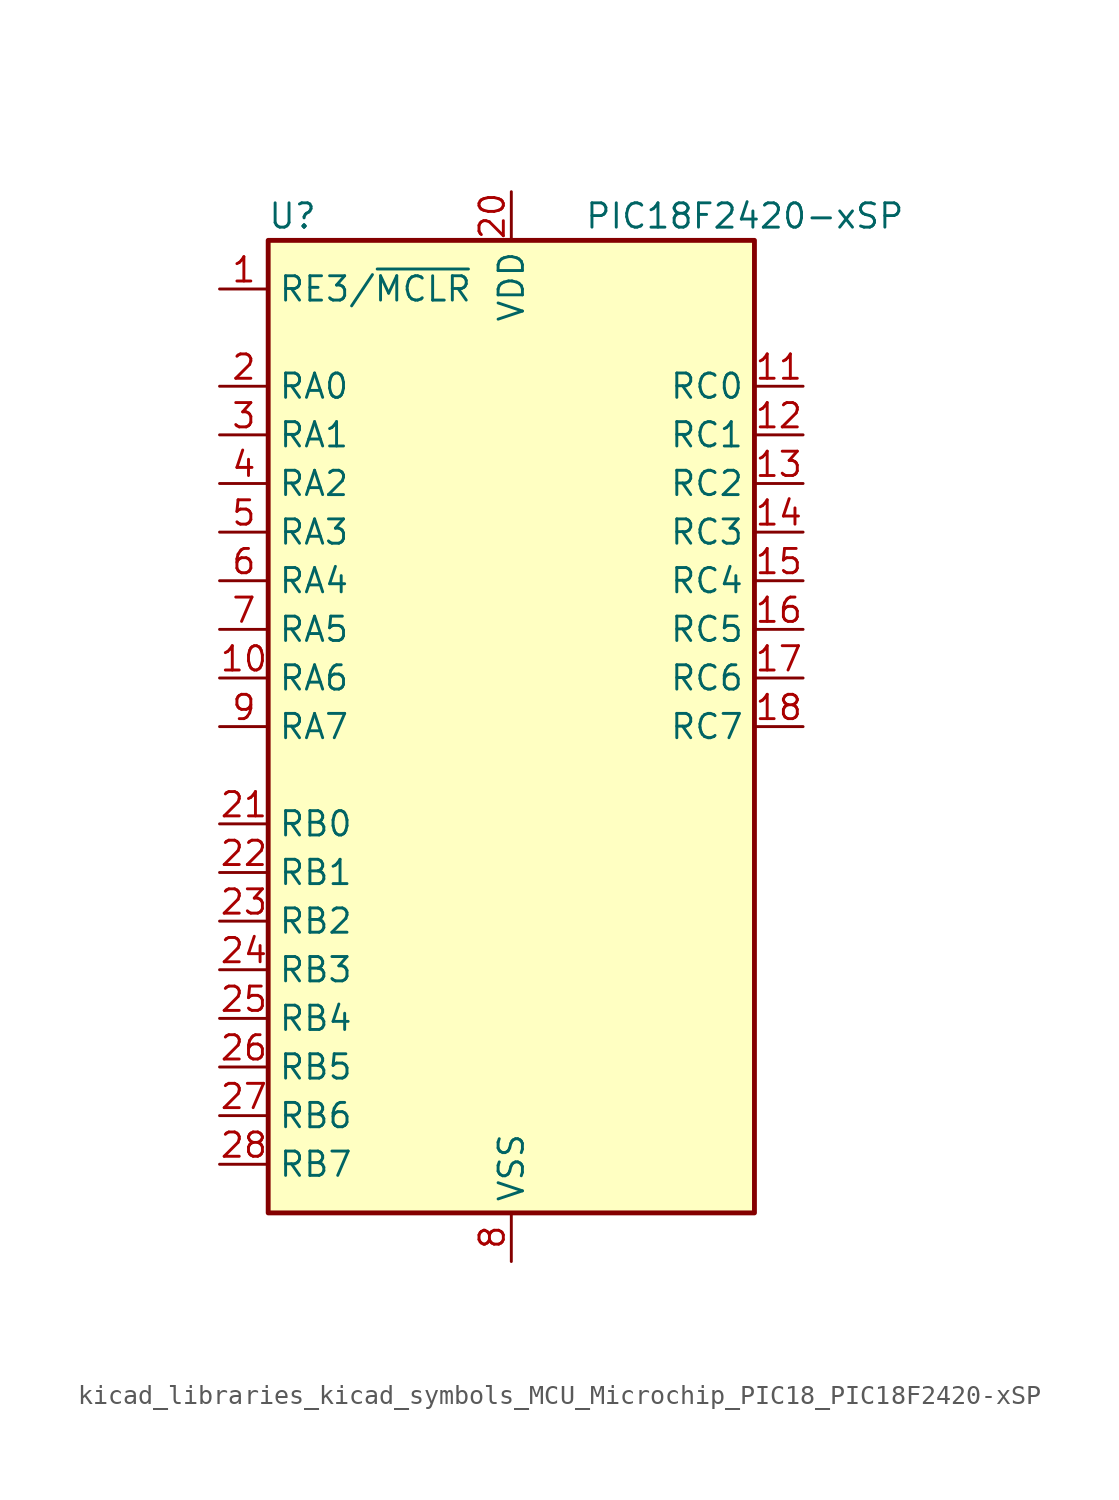
<source format=kicad_sym>
(kicad_symbol_lib
  (version 20220914)
  (generator kicad_symbol_editor)
  (symbol "kicad_libraries_kicad_symbols_MCU_Microchip_PIC18_PIC18F2420-xSP"
    (property "Reference" "U"
      (at -11.43 26.67 0)
      (effects (font (size 1.27 1.27))))
    (property "Value" "PIC18F2420-xSP"
      (at 3.81 26.67 0)
      (effects (font (size 1.27 1.27)) (justify left)))
    (symbol "kicad_libraries_kicad_symbols_MCU_Microchip_PIC18_PIC18F2420-xSP_0_1"
      (rectangle (start -12.7 25.4) (end 12.7 -25.4) (stroke (width 0.254) (type default)) (fill (type background))))
    (symbol "kicad_libraries_kicad_symbols_MCU_Microchip_PIC18_PIC18F2420-xSP_1_1"
      (pin input line (at -15.24 22.86 0) (length 2.54) (name "RE3/~{MCLR}" (effects (font (size 1.27 1.27)))) (number "1" (effects (font (size 1.27 1.27)))))
      (pin bidirectional line (at -15.24 2.54 0) (length 2.54) (name "RA6" (effects (font (size 1.27 1.27)))) (number "10" (effects (font (size 1.27 1.27)))))
      (pin bidirectional line (at 15.24 17.78 180) (length 2.54) (name "RC0" (effects (font (size 1.27 1.27)))) (number "11" (effects (font (size 1.27 1.27)))))
      (pin bidirectional line (at 15.24 15.24 180) (length 2.54) (name "RC1" (effects (font (size 1.27 1.27)))) (number "12" (effects (font (size 1.27 1.27)))))
      (pin bidirectional line (at 15.24 12.7 180) (length 2.54) (name "RC2" (effects (font (size 1.27 1.27)))) (number "13" (effects (font (size 1.27 1.27)))))
      (pin bidirectional line (at 15.24 10.16 180) (length 2.54) (name "RC3" (effects (font (size 1.27 1.27)))) (number "14" (effects (font (size 1.27 1.27)))))
      (pin bidirectional line (at 15.24 7.62 180) (length 2.54) (name "RC4" (effects (font (size 1.27 1.27)))) (number "15" (effects (font (size 1.27 1.27)))))
      (pin bidirectional line (at 15.24 5.08 180) (length 2.54) (name "RC5" (effects (font (size 1.27 1.27)))) (number "16" (effects (font (size 1.27 1.27)))))
      (pin bidirectional line (at 15.24 2.54 180) (length 2.54) (name "RC6" (effects (font (size 1.27 1.27)))) (number "17" (effects (font (size 1.27 1.27)))))
      (pin bidirectional line (at 15.24 0 180) (length 2.54) (name "RC7" (effects (font (size 1.27 1.27)))) (number "18" (effects (font (size 1.27 1.27)))))
      (pin passive line (at 0 -27.94 90) (length 2.54) hide (name "VSS" (effects (font (size 1.27 1.27)))) (number "19" (effects (font (size 1.27 1.27)))))
      (pin bidirectional line (at -15.24 17.78 0) (length 2.54) (name "RA0" (effects (font (size 1.27 1.27)))) (number "2" (effects (font (size 1.27 1.27)))))
      (pin power_in line (at 0 27.94 270) (length 2.54) (name "VDD" (effects (font (size 1.27 1.27)))) (number "20" (effects (font (size 1.27 1.27)))))
      (pin bidirectional line (at -15.24 -5.08 0) (length 2.54) (name "RB0" (effects (font (size 1.27 1.27)))) (number "21" (effects (font (size 1.27 1.27)))))
      (pin bidirectional line (at -15.24 -7.62 0) (length 2.54) (name "RB1" (effects (font (size 1.27 1.27)))) (number "22" (effects (font (size 1.27 1.27)))))
      (pin bidirectional line (at -15.24 -10.16 0) (length 2.54) (name "RB2" (effects (font (size 1.27 1.27)))) (number "23" (effects (font (size 1.27 1.27)))))
      (pin bidirectional line (at -15.24 -12.7 0) (length 2.54) (name "RB3" (effects (font (size 1.27 1.27)))) (number "24" (effects (font (size 1.27 1.27)))))
      (pin bidirectional line (at -15.24 -15.24 0) (length 2.54) (name "RB4" (effects (font (size 1.27 1.27)))) (number "25" (effects (font (size 1.27 1.27)))))
      (pin bidirectional line (at -15.24 -17.78 0) (length 2.54) (name "RB5" (effects (font (size 1.27 1.27)))) (number "26" (effects (font (size 1.27 1.27)))))
      (pin bidirectional line (at -15.24 -20.32 0) (length 2.54) (name "RB6" (effects (font (size 1.27 1.27)))) (number "27" (effects (font (size 1.27 1.27)))))
      (pin bidirectional line (at -15.24 -22.86 0) (length 2.54) (name "RB7" (effects (font (size 1.27 1.27)))) (number "28" (effects (font (size 1.27 1.27)))))
      (pin bidirectional line (at -15.24 15.24 0) (length 2.54) (name "RA1" (effects (font (size 1.27 1.27)))) (number "3" (effects (font (size 1.27 1.27)))))
      (pin bidirectional line (at -15.24 12.7 0) (length 2.54) (name "RA2" (effects (font (size 1.27 1.27)))) (number "4" (effects (font (size 1.27 1.27)))))
      (pin bidirectional line (at -15.24 10.16 0) (length 2.54) (name "RA3" (effects (font (size 1.27 1.27)))) (number "5" (effects (font (size 1.27 1.27)))))
      (pin bidirectional line (at -15.24 7.62 0) (length 2.54) (name "RA4" (effects (font (size 1.27 1.27)))) (number "6" (effects (font (size 1.27 1.27)))))
      (pin bidirectional line (at -15.24 5.08 0) (length 2.54) (name "RA5" (effects (font (size 1.27 1.27)))) (number "7" (effects (font (size 1.27 1.27)))))
      (pin power_in line (at 0 -27.94 90) (length 2.54) (name "VSS" (effects (font (size 1.27 1.27)))) (number "8" (effects (font (size 1.27 1.27)))))
      (pin bidirectional line (at -15.24 0 0) (length 2.54) (name "RA7" (effects (font (size 1.27 1.27)))) (number "9" (effects (font (size 1.27 1.27))))))))
</source>
